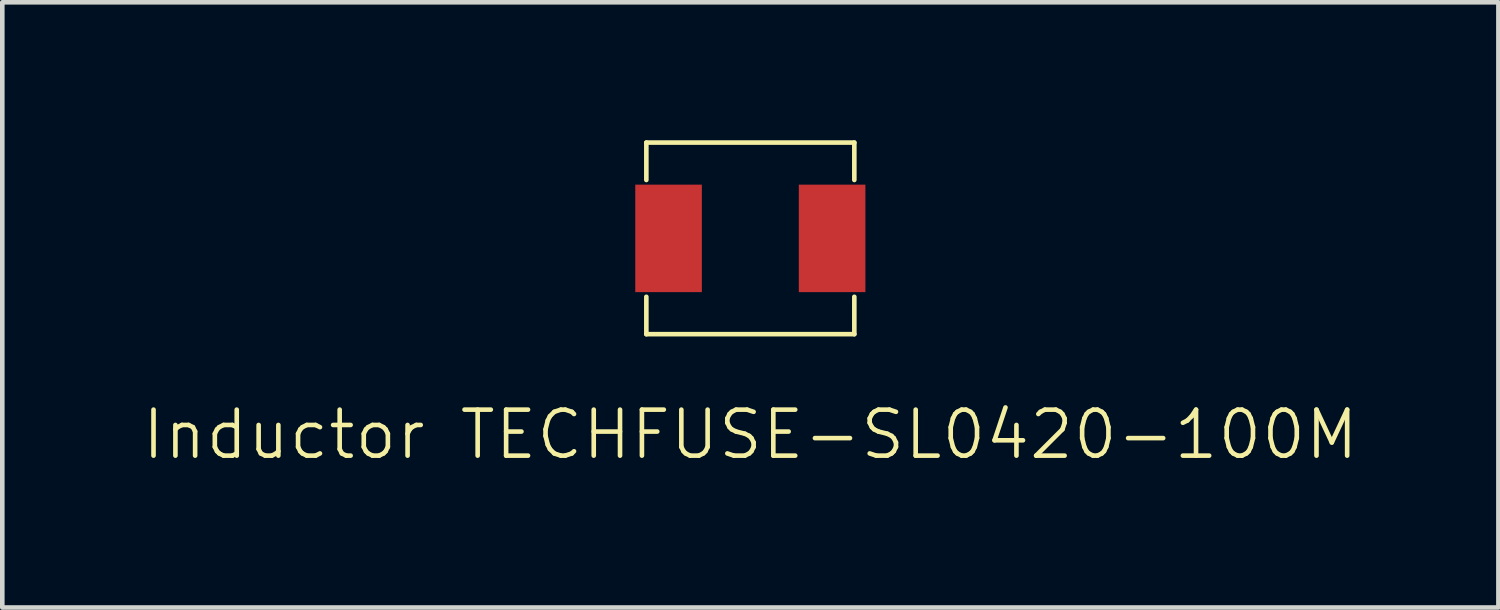
<source format=kicad_pcb>
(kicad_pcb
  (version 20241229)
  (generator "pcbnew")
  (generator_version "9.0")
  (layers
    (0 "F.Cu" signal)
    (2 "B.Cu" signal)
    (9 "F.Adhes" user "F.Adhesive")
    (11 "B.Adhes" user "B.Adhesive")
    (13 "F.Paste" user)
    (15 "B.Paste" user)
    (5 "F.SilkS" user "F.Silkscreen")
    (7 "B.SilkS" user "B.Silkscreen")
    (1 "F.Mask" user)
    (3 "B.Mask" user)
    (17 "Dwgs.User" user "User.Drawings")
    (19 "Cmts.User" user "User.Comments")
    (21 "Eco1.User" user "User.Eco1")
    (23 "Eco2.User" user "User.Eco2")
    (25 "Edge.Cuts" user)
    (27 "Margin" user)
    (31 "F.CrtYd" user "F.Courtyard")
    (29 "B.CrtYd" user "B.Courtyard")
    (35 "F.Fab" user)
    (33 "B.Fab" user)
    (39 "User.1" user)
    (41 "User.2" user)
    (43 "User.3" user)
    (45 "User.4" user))
  (footprint "Inductor TECHFUSE-SL0420-100M"
    (layer "F.Cu")
    (at 13.264 2.133)
    (property "Reference" "Inductor TECHFUSE-SL0420-100M" (at 0 4.266 0) (unlocked yes) (layer "F.SilkS") (effects (font (size 1 1) (thickness 0.1))))
    (attr smd)
    (fp_line (start -2.261 -2.083) (end -2.261 -1.27) (stroke (width 0.1) (type default)) (layer "F.SilkS"))
    (fp_line (start -2.261 -2.083) (end 2.261 -2.083) (stroke (width 0.1) (type default)) (layer "F.SilkS"))
    (fp_line (start -2.261 2.083) (end -2.261 1.27) (stroke (width 0.1) (type default)) (layer "F.SilkS"))
    (fp_line (start 2.261 -2.083) (end 2.261 -1.27) (stroke (width 0.1) (type default)) (layer "F.SilkS"))
    (fp_line (start 2.261 2.083) (end -2.261 2.083) (stroke (width 0.1) (type default)) (layer "F.SilkS"))
    (fp_line (start 2.261 2.083) (end 2.261 1.27) (stroke (width 0.1) (type default)) (layer "F.SilkS"))
    (pad "1" smd rect (at -1.778 0) (size 1.448 2.337) (layers "F.Cu" "F.Mask" "F.Paste"))
    (pad "2" smd rect (at 1.778 0) (size 1.448 2.337) (layers "F.Cu" "F.Mask" "F.Paste")))
  (gr_rect
    (start -3 -3)
    (end 29.529 10.159)
    (stroke (width 0.1) (type default))
    (fill no)
    (layer "Edge.Cuts")))
</source>
